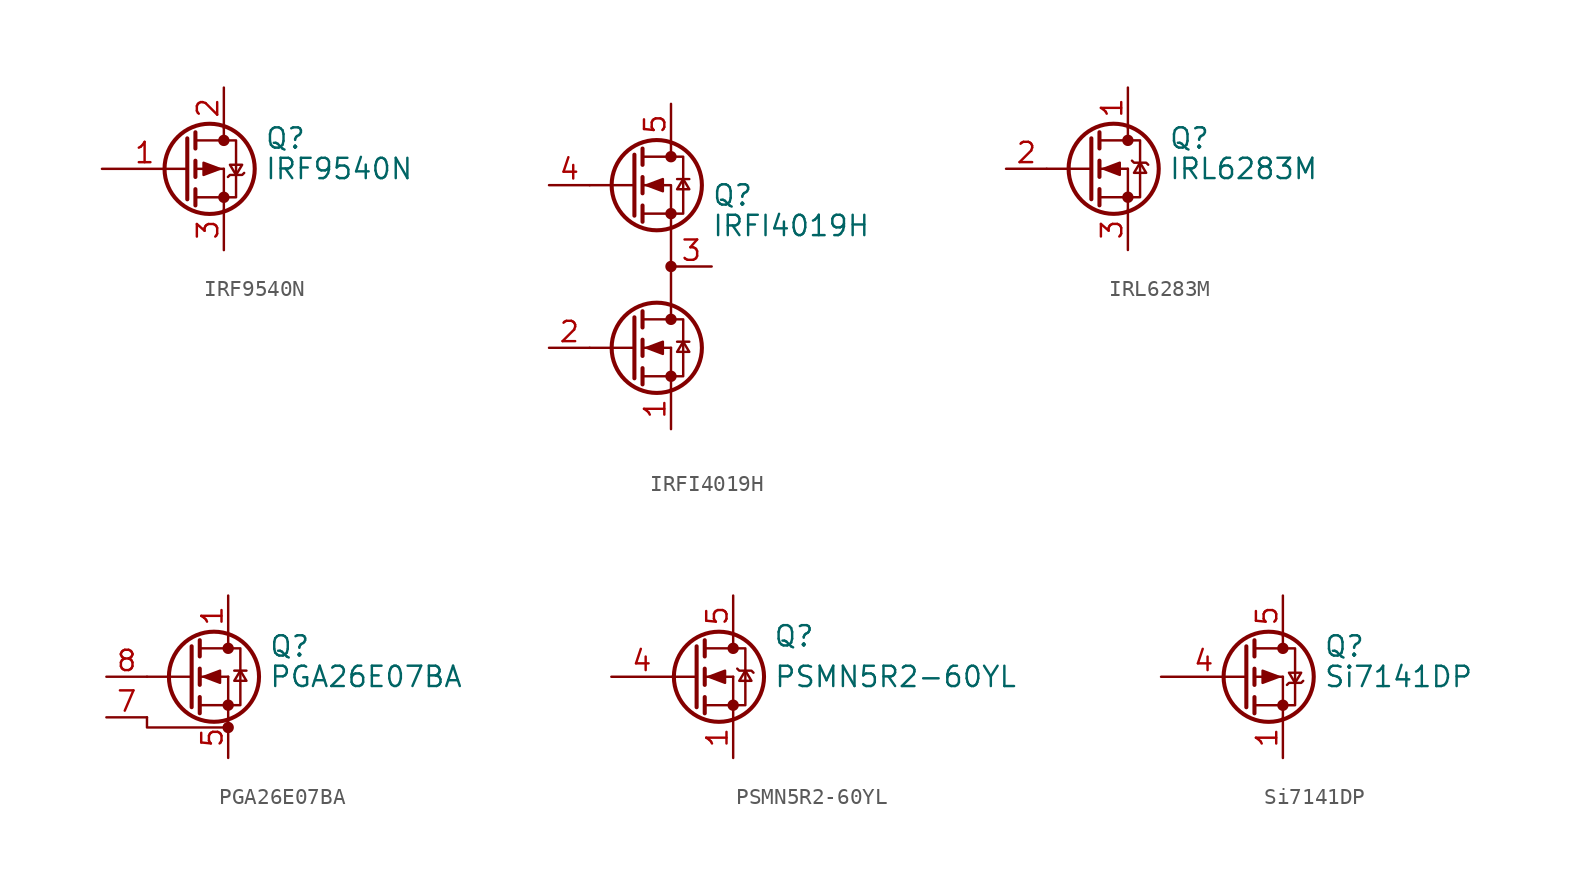
<source format=kicad_sym>
(kicad_symbol_lib
  (version 20201005)
  (generator kicad_symbol_editor)
  (symbol "IRF9540N"
    (pin_names
      (offset 0) hide)
    (property "Reference" "Q"
      (at 5.08 1.905 0)
      (effects (font (size 1.27 1.27)) (justify left)))
    (property "Value" "IRF9540N"
      (at 5.08 0 0)
      (effects (font (size 1.27 1.27)) (justify left)))
    (symbol "IRF9540N_0_1"
      (circle (center 1.651 0) (radius 2.819) (stroke (width 0.254)) (fill (type none)))
      (circle (center 2.54 -1.778) (radius 0.279) (stroke (width 0)) (fill (type outline)))
      (circle (center 2.54 1.778) (radius 0.279) (stroke (width 0)) (fill (type outline)))
      (polyline (pts (xy 0.762 -1.778) (xy 2.54 -1.778)) (stroke (width 0)) (fill (type none)))
      (polyline (pts (xy 0.762 -1.27) (xy 0.762 -2.286)) (stroke (width 0.254)) (fill (type none)))
      (polyline (pts (xy 0.762 0) (xy 2.54 0)) (stroke (width 0)) (fill (type none)))
      (polyline (pts (xy 0.762 0.508) (xy 0.762 -0.508)) (stroke (width 0.254)) (fill (type none)))
      (polyline (pts (xy 0.762 1.778) (xy 2.54 1.778)) (stroke (width 0)) (fill (type none)))
      (polyline (pts (xy 0.762 2.286) (xy 0.762 1.27)) (stroke (width 0.254)) (fill (type none)))
      (polyline (pts (xy 2.54 -1.778) (xy 2.54 -2.54)) (stroke (width 0)) (fill (type none)))
      (polyline (pts (xy 2.54 -1.778) (xy 2.54 0)) (stroke (width 0)) (fill (type none)))
      (polyline (pts (xy 2.54 2.54) (xy 2.54 1.778)) (stroke (width 0)) (fill (type none)))
      (polyline (pts (xy 0.254 1.905) (xy 0.254 -1.905) (xy 0.254 -1.905)) (stroke (width 0.254)) (fill (type none)))
      (polyline (pts (xy 2.286 0) (xy 1.27 -0.381) (xy 1.27 0.381) (xy 2.286 0)) (stroke (width 0)) (fill (type outline)))
      (polyline (pts (xy 2.54 -1.778) (xy 3.302 -1.778) (xy 3.302 1.778) (xy 2.54 1.778)) (stroke (width 0)) (fill (type none)))
      (polyline (pts (xy 2.794 -0.508) (xy 2.921 -0.381) (xy 3.683 -0.381) (xy 3.81 -0.254)) (stroke (width 0)) (fill (type none)))
      (polyline (pts (xy 3.302 -0.381) (xy 2.921 0.254) (xy 3.683 0.254) (xy 3.302 -0.381)) (stroke (width 0)) (fill (type none))))
    (symbol "IRF9540N_1_1"
      (pin input line (at -5.08 0 0) (length 5.334) (name "G" (effects (font (size 1.27 1.27)))) (number "1" (effects (font (size 1.27 1.27)))))
      (pin passive line (at 2.54 5.08 270) (length 2.54) (name "D" (effects (font (size 1.27 1.27)))) (number "2" (effects (font (size 1.27 1.27)))))
      (pin passive line (at 2.54 -5.08 90) (length 2.54) (name "S" (effects (font (size 1.27 1.27)))) (number "3" (effects (font (size 1.27 1.27)))))))
  (symbol "IRFI4019H"
    (pin_names
      (offset 0) hide)
    (property "Reference" "Q"
      (at 5.08 4.445 0)
      (effects (font (size 1.27 1.27)) (justify left)))
    (property "Value" "IRFI4019H"
      (at 5.08 2.54 0)
      (effects (font (size 1.27 1.27)) (justify left)))
    (symbol "IRFI4019H_0_1"
      (circle (center 1.651 -5.08) (radius 2.819) (stroke (width 0.254)) (fill (type none)))
      (circle (center 1.651 5.08) (radius 2.819) (stroke (width 0.254)) (fill (type none)))
      (circle (center 2.54 -6.858) (radius 0.279) (stroke (width 0)) (fill (type outline)))
      (circle (center 2.54 -3.302) (radius 0.279) (stroke (width 0)) (fill (type outline)))
      (circle (center 2.54 0) (radius 0.279) (stroke (width 0)) (fill (type outline)))
      (circle (center 2.54 3.302) (radius 0.279) (stroke (width 0)) (fill (type outline)))
      (circle (center 2.54 6.858) (radius 0.279) (stroke (width 0)) (fill (type outline)))
      (polyline (pts (xy -2.54 -5.08) (xy 0.254 -5.08)) (stroke (width 0)) (fill (type none)))
      (polyline (pts (xy -2.54 5.08) (xy 0.254 5.08)) (stroke (width 0)) (fill (type none)))
      (polyline (pts (xy 0.762 -6.35) (xy 0.762 -7.366)) (stroke (width 0.254)) (fill (type none)))
      (polyline (pts (xy 0.762 -5.08) (xy 2.54 -5.08)) (stroke (width 0)) (fill (type none)))
      (polyline (pts (xy 0.762 -4.572) (xy 0.762 -5.588)) (stroke (width 0.254)) (fill (type none)))
      (polyline (pts (xy 0.762 -2.794) (xy 0.762 -3.81)) (stroke (width 0.254)) (fill (type none)))
      (polyline (pts (xy 0.762 3.81) (xy 0.762 2.794)) (stroke (width 0.254)) (fill (type none)))
      (polyline (pts (xy 0.762 5.588) (xy 0.762 4.572)) (stroke (width 0.254)) (fill (type none)))
      (polyline (pts (xy 0.762 7.366) (xy 0.762 6.35)) (stroke (width 0.254)) (fill (type none)))
      (polyline (pts (xy 2.54 -6.858) (xy 2.54 -7.62)) (stroke (width 0)) (fill (type none)))
      (polyline (pts (xy 2.54 -6.858) (xy 2.54 -5.08)) (stroke (width 0)) (fill (type none)))
      (polyline (pts (xy 2.54 7.62) (xy 2.54 6.858)) (stroke (width 0)) (fill (type none)))
      (polyline (pts (xy 3.683 -4.699) (xy 2.921 -4.699)) (stroke (width 0)) (fill (type none)))
      (polyline (pts (xy 3.683 5.461) (xy 2.921 5.461)) (stroke (width 0)) (fill (type none)))
      (polyline (pts (xy 0.254 -3.175) (xy 0.254 -6.985) (xy 0.254 -6.985)) (stroke (width 0.254)) (fill (type none)))
      (polyline (pts (xy 0.254 6.985) (xy 0.254 3.175) (xy 0.254 3.175)) (stroke (width 0.254)) (fill (type none)))
      (polyline (pts (xy 2.54 -3.302) (xy 2.54 5.08) (xy 0.762 5.08)) (stroke (width 0)) (fill (type none)))
      (polyline (pts (xy 0.762 -6.858) (xy 3.302 -6.858) (xy 3.302 -3.302) (xy 0.762 -3.302)) (stroke (width 0)) (fill (type none)))
      (polyline (pts (xy 0.762 6.858) (xy 3.302 6.858) (xy 3.302 3.302) (xy 0.762 3.302)) (stroke (width 0)) (fill (type none)))
      (polyline (pts (xy 1.016 -5.08) (xy 2.032 -4.699) (xy 2.032 -5.461) (xy 1.016 -5.08)) (stroke (width 0)) (fill (type outline)))
      (polyline (pts (xy 1.016 5.08) (xy 2.032 5.461) (xy 2.032 4.699) (xy 1.016 5.08)) (stroke (width 0)) (fill (type outline)))
      (polyline (pts (xy 3.302 -4.699) (xy 2.921 -5.334) (xy 3.683 -5.334) (xy 3.302 -4.699)) (stroke (width 0)) (fill (type none)))
      (polyline (pts (xy 3.302 5.461) (xy 2.921 4.826) (xy 3.683 4.826) (xy 3.302 5.461)) (stroke (width 0)) (fill (type none))))
    (symbol "IRFI4019H_1_1"
      (pin passive line (at 2.54 -10.16 90) (length 2.54) (name "S2" (effects (font (size 1.27 1.27)))) (number "1" (effects (font (size 1.27 1.27)))))
      (pin input line (at -5.08 -5.08 0) (length 2.54) (name "G2" (effects (font (size 1.27 1.27)))) (number "2" (effects (font (size 1.27 1.27)))))
      (pin passive line (at 5.08 0 180) (length 2.54) (name "S1/D2" (effects (font (size 1.27 1.27)))) (number "3" (effects (font (size 1.27 1.27)))))
      (pin input line (at -5.08 5.08 0) (length 2.54) (name "G1" (effects (font (size 1.27 1.27)))) (number "4" (effects (font (size 1.27 1.27)))))
      (pin passive line (at 2.54 10.16 270) (length 2.54) (name "D1" (effects (font (size 1.27 1.27)))) (number "5" (effects (font (size 1.27 1.27)))))))
  (symbol "IRL6283M"
    (pin_names
      (offset 0) hide)
    (property "Reference" "Q"
      (at 5.08 1.905 0)
      (effects (font (size 1.27 1.27)) (justify left)))
    (property "Value" "IRL6283M"
      (at 5.08 0 0)
      (effects (font (size 1.27 1.27)) (justify left)))
    (symbol "IRL6283M_0_1"
      (circle (center 1.651 0) (radius 2.819) (stroke (width 0.254)) (fill (type none)))
      (circle (center 2.54 -1.778) (radius 0.279) (stroke (width 0)) (fill (type outline)))
      (circle (center 2.54 1.778) (radius 0.279) (stroke (width 0)) (fill (type outline)))
      (polyline (pts (xy -2.54 0) (xy 0.254 0)) (stroke (width 0)) (fill (type none)))
      (polyline (pts (xy 0.762 -1.778) (xy 2.54 -1.778)) (stroke (width 0)) (fill (type none)))
      (polyline (pts (xy 0.762 -1.27) (xy 0.762 -2.286)) (stroke (width 0.254)) (fill (type none)))
      (polyline (pts (xy 0.762 0) (xy 2.54 0)) (stroke (width 0)) (fill (type none)))
      (polyline (pts (xy 0.762 0.508) (xy 0.762 -0.508)) (stroke (width 0.254)) (fill (type none)))
      (polyline (pts (xy 0.762 1.778) (xy 2.54 1.778)) (stroke (width 0)) (fill (type none)))
      (polyline (pts (xy 0.762 2.286) (xy 0.762 1.27)) (stroke (width 0.254)) (fill (type none)))
      (polyline (pts (xy 2.54 -1.778) (xy 2.54 -2.54)) (stroke (width 0)) (fill (type none)))
      (polyline (pts (xy 2.54 -1.778) (xy 2.54 0)) (stroke (width 0)) (fill (type none)))
      (polyline (pts (xy 2.54 2.54) (xy 2.54 1.778)) (stroke (width 0)) (fill (type none)))
      (polyline (pts (xy 0.254 1.905) (xy 0.254 -1.905) (xy 0.254 -1.905)) (stroke (width 0.254)) (fill (type none)))
      (polyline (pts (xy 1.016 0) (xy 2.032 0.381) (xy 2.032 -0.381) (xy 1.016 0)) (stroke (width 0)) (fill (type outline)))
      (polyline (pts (xy 2.54 -1.778) (xy 3.302 -1.778) (xy 3.302 1.778) (xy 2.54 1.778)) (stroke (width 0)) (fill (type none)))
      (polyline (pts (xy 2.794 0.508) (xy 2.921 0.381) (xy 3.683 0.381) (xy 3.81 0.254)) (stroke (width 0)) (fill (type none)))
      (polyline (pts (xy 3.302 0.381) (xy 2.921 -0.254) (xy 3.683 -0.254) (xy 3.302 0.381)) (stroke (width 0)) (fill (type none))))
    (symbol "IRL6283M_1_1"
      (pin passive line (at 2.54 5.08 270) (length 2.54) (name "D" (effects (font (size 1.27 1.27)))) (number "1" (effects (font (size 1.27 1.27)))))
      (pin input line (at -5.08 0 0) (length 2.54) (name "G" (effects (font (size 1.27 1.27)))) (number "2" (effects (font (size 1.27 1.27)))))
      (pin passive line (at 2.54 -5.08 90) (length 2.54) (name "S" (effects (font (size 1.27 1.27)))) (number "3" (effects (font (size 1.27 1.27)))))))
  (symbol "PGA26E07BA"
    (pin_names
      (offset 0) hide)
    (property "Reference" "Q"
      (at 5.08 1.905 0)
      (effects (font (size 1.27 1.27)) (justify left)))
    (property "Value" "PGA26E07BA"
      (at 5.08 0 0)
      (effects (font (size 1.27 1.27)) (justify left)))
    (symbol "PGA26E07BA_0_1"
      (circle (center 1.651 0) (radius 2.819) (stroke (width 0.254)) (fill (type none)))
      (circle (center 2.54 -3.175) (radius 0.279) (stroke (width 0)) (fill (type outline)))
      (circle (center 2.54 -1.778) (radius 0.279) (stroke (width 0)) (fill (type outline)))
      (circle (center 2.54 1.778) (radius 0.279) (stroke (width 0)) (fill (type outline)))
      (polyline (pts (xy -2.54 0) (xy 0.254 0)) (stroke (width 0)) (fill (type none)))
      (polyline (pts (xy 0.762 -1.778) (xy 2.54 -1.778)) (stroke (width 0)) (fill (type none)))
      (polyline (pts (xy 0.762 -1.27) (xy 0.762 -2.286)) (stroke (width 0.254)) (fill (type none)))
      (polyline (pts (xy 0.762 0) (xy 2.54 0)) (stroke (width 0)) (fill (type none)))
      (polyline (pts (xy 0.762 0.508) (xy 0.762 -0.508)) (stroke (width 0.254)) (fill (type none)))
      (polyline (pts (xy 0.762 1.778) (xy 2.54 1.778)) (stroke (width 0)) (fill (type none)))
      (polyline (pts (xy 0.762 2.286) (xy 0.762 1.27)) (stroke (width 0.254)) (fill (type none)))
      (polyline (pts (xy 2.54 -1.778) (xy 2.54 -2.54)) (stroke (width 0)) (fill (type none)))
      (polyline (pts (xy 2.54 -1.778) (xy 2.54 0)) (stroke (width 0)) (fill (type none)))
      (polyline (pts (xy 2.54 2.54) (xy 2.54 1.778)) (stroke (width 0)) (fill (type none)))
      (polyline (pts (xy 3.683 0.381) (xy 2.921 0.381)) (stroke (width 0)) (fill (type none)))
      (polyline (pts (xy -2.54 -2.54) (xy -2.54 -3.175) (xy 2.54 -3.175)) (stroke (width 0)) (fill (type none)))
      (polyline (pts (xy 0.254 1.905) (xy 0.254 -1.905) (xy 0.254 -1.905)) (stroke (width 0.254)) (fill (type none)))
      (polyline (pts (xy 1.016 0) (xy 2.032 0.381) (xy 2.032 -0.381) (xy 1.016 0)) (stroke (width 0)) (fill (type outline)))
      (polyline (pts (xy 2.54 -1.778) (xy 3.302 -1.778) (xy 3.302 1.778) (xy 2.54 1.778)) (stroke (width 0)) (fill (type none)))
      (polyline (pts (xy 3.302 0.381) (xy 2.921 -0.254) (xy 3.683 -0.254) (xy 3.302 0.381)) (stroke (width 0)) (fill (type none))))
    (symbol "PGA26E07BA_1_1"
      (pin passive line (at 2.54 5.08 270) (length 2.54) (name "D" (effects (font (size 1.27 1.27)))) (number "1" (effects (font (size 1.27 1.27)))))
      (pin passive line (at 2.54 5.08 270) (length 2.54) hide (name "D" (effects (font (size 1.27 1.27)))) (number "2" (effects (font (size 1.27 1.27)))))
      (pin passive line (at 2.54 5.08 270) (length 2.54) hide (name "D" (effects (font (size 1.27 1.27)))) (number "3" (effects (font (size 1.27 1.27)))))
      (pin passive line (at 2.54 5.08 270) (length 2.54) hide (name "D" (effects (font (size 1.27 1.27)))) (number "4" (effects (font (size 1.27 1.27)))))
      (pin passive line (at 2.54 -5.08 90) (length 2.54) (name "S2" (effects (font (size 1.27 1.27)))) (number "5" (effects (font (size 1.27 1.27)))))
      (pin passive line (at 2.54 -5.08 90) (length 2.54) hide (name "S2" (effects (font (size 1.27 1.27)))) (number "6" (effects (font (size 1.27 1.27)))))
      (pin passive line (at -5.08 -2.54 0) (length 2.54) (name "S1" (effects (font (size 1.27 1.27)))) (number "7" (effects (font (size 1.27 1.27)))))
      (pin input line (at -5.08 0 0) (length 2.54) (name "G" (effects (font (size 1.27 1.27)))) (number "8" (effects (font (size 1.27 1.27)))))
      (pin passive line (at 2.54 -5.08 90) (length 2.54) hide (name "S2" (effects (font (size 1.27 1.27)))) (number "9" (effects (font (size 1.27 1.27)))))))
  (symbol "PSMN5R2-60YL"
    (pin_names
      (offset 0) hide)
    (property "Reference" "Q"
      (at 6.35 2.54 0)
      (effects (font (size 1.27 1.27))))
    (property "Value" "PSMN5R2-60YL"
      (at 12.7 0 0)
      (effects (font (size 1.27 1.27))))
    (symbol "PSMN5R2-60YL_1_1"
      (circle (center 1.651 0) (radius 2.819) (stroke (width 0.254)) (fill (type none)))
      (circle (center 2.54 -1.778) (radius 0.279) (stroke (width 0)) (fill (type outline)))
      (circle (center 2.54 1.778) (radius 0.279) (stroke (width 0)) (fill (type outline)))
      (polyline (pts (xy -1.27 0) (xy 0.254 0)) (stroke (width 0)) (fill (type none)))
      (polyline (pts (xy 0.762 -1.778) (xy 2.54 -1.778)) (stroke (width 0)) (fill (type none)))
      (polyline (pts (xy 0.762 -1.27) (xy 0.762 -2.286)) (stroke (width 0.254)) (fill (type none)))
      (polyline (pts (xy 0.762 0) (xy 2.54 0)) (stroke (width 0)) (fill (type none)))
      (polyline (pts (xy 0.762 0.508) (xy 0.762 -0.508)) (stroke (width 0.254)) (fill (type none)))
      (polyline (pts (xy 0.762 1.778) (xy 2.54 1.778)) (stroke (width 0)) (fill (type none)))
      (polyline (pts (xy 0.762 2.286) (xy 0.762 1.27)) (stroke (width 0.254)) (fill (type none)))
      (polyline (pts (xy 2.54 -1.778) (xy 2.54 -2.54)) (stroke (width 0)) (fill (type none)))
      (polyline (pts (xy 2.54 -1.778) (xy 2.54 0)) (stroke (width 0)) (fill (type none)))
      (polyline (pts (xy 2.54 2.54) (xy 2.54 1.778)) (stroke (width 0)) (fill (type none)))
      (polyline (pts (xy 0.254 1.905) (xy 0.254 -1.905) (xy 0.254 -1.905)) (stroke (width 0.254)) (fill (type none)))
      (polyline (pts (xy 1.016 0) (xy 2.032 0.381) (xy 2.032 -0.381) (xy 1.016 0)) (stroke (width 0)) (fill (type outline)))
      (polyline (pts (xy 2.54 -1.778) (xy 3.302 -1.778) (xy 3.302 1.778) (xy 2.54 1.778)) (stroke (width 0)) (fill (type none)))
      (polyline (pts (xy 2.794 0.508) (xy 2.921 0.381) (xy 3.683 0.381) (xy 3.81 0.254)) (stroke (width 0)) (fill (type none)))
      (polyline (pts (xy 3.302 0.381) (xy 2.921 -0.254) (xy 3.683 -0.254) (xy 3.302 0.381)) (stroke (width 0)) (fill (type none)))
      (pin passive line (at 2.54 -5.08 90) (length 2.54) (name "S" (effects (font (size 1.27 1.27)))) (number "1" (effects (font (size 1.27 1.27)))))
      (pin passive line (at 2.54 -5.08 90) (length 2.54) hide (name "S" (effects (font (size 1.27 1.27)))) (number "2" (effects (font (size 1.27 1.27)))))
      (pin passive line (at 2.54 -5.08 90) (length 2.54) hide (name "S" (effects (font (size 1.27 1.27)))) (number "3" (effects (font (size 1.27 1.27)))))
      (pin passive line (at -5.08 0 0) (length 3.81) (name "G" (effects (font (size 1.27 1.27)))) (number "4" (effects (font (size 1.27 1.27)))))
      (pin passive line (at 2.54 5.08 270) (length 2.54) (name "D" (effects (font (size 1.27 1.27)))) (number "5" (effects (font (size 1.27 1.27)))))))
  (symbol "Si7141DP"
    (pin_names
      (offset 0) hide)
    (property "Reference" "Q"
      (at 5.08 1.905 0)
      (effects (font (size 1.27 1.27)) (justify left)))
    (property "Value" "Si7141DP"
      (at 5.08 0 0)
      (effects (font (size 1.27 1.27)) (justify left)))
    (symbol "Si7141DP_0_1"
      (circle (center 2.54 -1.778) (radius 0.279) (stroke (width 0)) (fill (type outline)))
      (circle (center 2.54 1.778) (radius 0.279) (stroke (width 0)) (fill (type outline)))
      (polyline (pts (xy 0.762 -1.778) (xy 2.54 -1.778)) (stroke (width 0)) (fill (type none)))
      (polyline (pts (xy 0.762 -1.27) (xy 0.762 -2.286)) (stroke (width 0.254)) (fill (type none)))
      (polyline (pts (xy 0.762 0.508) (xy 0.762 -0.508)) (stroke (width 0.254)) (fill (type none)))
      (polyline (pts (xy 0.762 1.778) (xy 2.54 1.778)) (stroke (width 0)) (fill (type none)))
      (polyline (pts (xy 0.762 2.286) (xy 0.762 1.27)) (stroke (width 0.254)) (fill (type none)))
      (polyline (pts (xy 2.54 -1.778) (xy 2.54 -2.54)) (stroke (width 0)) (fill (type none)))
      (polyline (pts (xy 2.54 2.54) (xy 2.54 1.778)) (stroke (width 0)) (fill (type none)))
      (polyline (pts (xy 0.254 1.905) (xy 0.254 -1.905) (xy 0.254 -1.905)) (stroke (width 0.254)) (fill (type none)))
      (polyline (pts (xy 2.54 -1.778) (xy 3.302 -1.778) (xy 3.302 1.778) (xy 2.54 1.778)) (stroke (width 0)) (fill (type none))))
    (symbol "Si7141DP_1_1"
      (circle (center 1.651 0) (radius 2.819) (stroke (width 0.254)) (fill (type none)))
      (polyline (pts (xy 0.762 0) (xy 2.54 0)) (stroke (width 0)) (fill (type none)))
      (polyline (pts (xy 2.54 -1.778) (xy 2.54 0)) (stroke (width 0)) (fill (type none)))
      (polyline (pts (xy 2.286 0) (xy 1.27 -0.381) (xy 1.27 0.381) (xy 2.286 0)) (stroke (width 0)) (fill (type outline)))
      (polyline (pts (xy 2.794 -0.508) (xy 2.921 -0.381) (xy 3.683 -0.381) (xy 3.81 -0.254)) (stroke (width 0)) (fill (type none)))
      (polyline (pts (xy 3.302 -0.381) (xy 2.921 0.254) (xy 3.683 0.254) (xy 3.302 -0.381)) (stroke (width 0)) (fill (type none)))
      (pin passive line (at 2.54 -5.08 90) (length 2.54) (name "S" (effects (font (size 1.27 1.27)))) (number "1" (effects (font (size 1.27 1.27)))))
      (pin passive line (at 2.54 -5.08 90) (length 2.54) hide (name "S" (effects (font (size 1.27 1.27)))) (number "2" (effects (font (size 1.27 1.27)))))
      (pin passive line (at 2.54 -5.08 90) (length 2.54) hide (name "S" (effects (font (size 1.27 1.27)))) (number "3" (effects (font (size 1.27 1.27)))))
      (pin input line (at -5.08 0 0) (length 5.334) (name "G" (effects (font (size 1.27 1.27)))) (number "4" (effects (font (size 1.27 1.27)))))
      (pin passive line (at 2.54 5.08 270) (length 2.54) (name "D" (effects (font (size 1.27 1.27)))) (number "5" (effects (font (size 1.27 1.27))))))))
</source>
